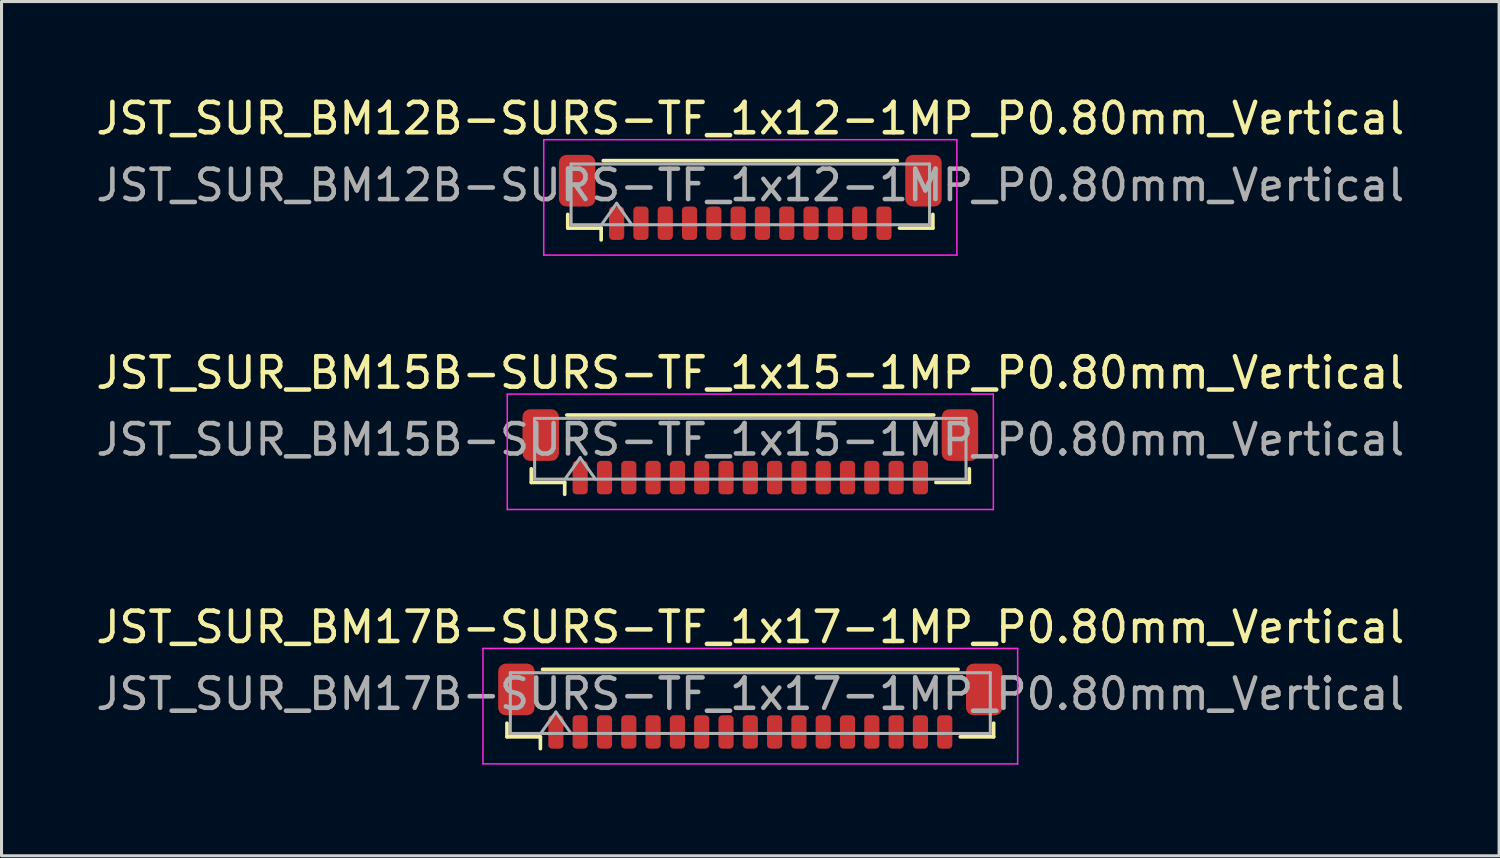
<source format=kicad_pcb>
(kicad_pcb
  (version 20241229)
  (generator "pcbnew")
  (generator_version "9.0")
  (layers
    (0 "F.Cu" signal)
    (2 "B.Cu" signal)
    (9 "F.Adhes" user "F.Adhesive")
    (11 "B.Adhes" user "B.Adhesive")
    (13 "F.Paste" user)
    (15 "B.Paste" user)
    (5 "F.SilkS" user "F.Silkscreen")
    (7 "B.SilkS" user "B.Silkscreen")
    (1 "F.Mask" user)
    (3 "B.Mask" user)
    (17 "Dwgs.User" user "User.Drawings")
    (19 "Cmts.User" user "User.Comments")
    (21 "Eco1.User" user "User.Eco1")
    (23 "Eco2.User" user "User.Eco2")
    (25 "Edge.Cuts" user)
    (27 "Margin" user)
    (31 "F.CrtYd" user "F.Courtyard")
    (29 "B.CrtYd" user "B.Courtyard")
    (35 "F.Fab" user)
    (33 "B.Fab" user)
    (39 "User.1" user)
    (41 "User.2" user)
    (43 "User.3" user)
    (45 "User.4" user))
  (footprint "JST_SUR_BM17B-SURS-TF_1x17-1MP_P0.80mm_Vertical"
    (layer "F.Cu")
    (at 21.649 20.195)
    (property "Reference" "JST_SUR_BM17B-SURS-TF_1x17-1MP_P0.80mm_Vertical" (at 0 -2.6 0) (layer "F.SilkS") (effects (font (size 1 1) (thickness 0.15))))
    (attr smd)
    (fp_line (start -8.01 0.56) (end -8.01 1.01) (stroke (width 0.12) (type solid)) (layer "F.SilkS"))
    (fp_line (start -8.01 1.01) (end -6.91 1.01) (stroke (width 0.12) (type solid)) (layer "F.SilkS"))
    (fp_line (start -6.91 1.01) (end -6.91 1.4) (stroke (width 0.12) (type solid)) (layer "F.SilkS"))
    (fp_line (start -6.84 -1.21) (end 6.84 -1.21) (stroke (width 0.12) (type solid)) (layer "F.SilkS"))
    (fp_line (start 8.01 0.56) (end 8.01 1.01) (stroke (width 0.12) (type solid)) (layer "F.SilkS"))
    (fp_line (start 8.01 1.01) (end 6.91 1.01) (stroke (width 0.12) (type solid)) (layer "F.SilkS"))
    (fp_line (start -8.8 -1.9) (end -8.8 1.9) (stroke (width 0.05) (type solid)) (layer "F.CrtYd"))
    (fp_line (start -8.8 1.9) (end 8.8 1.9) (stroke (width 0.05) (type solid)) (layer "F.CrtYd"))
    (fp_line (start 8.8 -1.9) (end -8.8 -1.9) (stroke (width 0.05) (type solid)) (layer "F.CrtYd"))
    (fp_line (start 8.8 1.9) (end 8.8 -1.9) (stroke (width 0.05) (type solid)) (layer "F.CrtYd"))
    (fp_line (start -7.9 -1.1) (end 7.9 -1.1) (stroke (width 0.1) (type solid)) (layer "F.Fab"))
    (fp_line (start -7.9 0.9) (end -7.9 -1.1) (stroke (width 0.1) (type solid)) (layer "F.Fab"))
    (fp_line (start -7.9 0.9) (end 7.9 0.9) (stroke (width 0.1) (type solid)) (layer "F.Fab"))
    (fp_line (start -6.9 0.9) (end -6.4 0.193) (stroke (width 0.1) (type solid)) (layer "F.Fab"))
    (fp_line (start -6.4 0.193) (end -5.9 0.9) (stroke (width 0.1) (type solid)) (layer "F.Fab"))
    (fp_line (start 7.9 0.9) (end 7.9 -1.1) (stroke (width 0.1) (type solid)) (layer "F.Fab"))
    (fp_text user "${REFERENCE}" (at 0 -0.4 0) (layer "F.Fab") (effects (font (size 1 1) (thickness 0.15))))
    (pad "1" smd roundrect (at -6.4 0.85) (size 0.5 1.1) (layers "F.Cu" "F.Mask" "F.Paste") (roundrect_rratio 0.25))
    (pad "2" smd roundrect (at -5.6 0.85) (size 0.5 1.1) (layers "F.Cu" "F.Mask" "F.Paste") (roundrect_rratio 0.25))
    (pad "3" smd roundrect (at -4.8 0.85) (size 0.5 1.1) (layers "F.Cu" "F.Mask" "F.Paste") (roundrect_rratio 0.25))
    (pad "4" smd roundrect (at -4 0.85) (size 0.5 1.1) (layers "F.Cu" "F.Mask" "F.Paste") (roundrect_rratio 0.25))
    (pad "5" smd roundrect (at -3.2 0.85) (size 0.5 1.1) (layers "F.Cu" "F.Mask" "F.Paste") (roundrect_rratio 0.25))
    (pad "6" smd roundrect (at -2.4 0.85) (size 0.5 1.1) (layers "F.Cu" "F.Mask" "F.Paste") (roundrect_rratio 0.25))
    (pad "7" smd roundrect (at -1.6 0.85) (size 0.5 1.1) (layers "F.Cu" "F.Mask" "F.Paste") (roundrect_rratio 0.25))
    (pad "8" smd roundrect (at -0.8 0.85) (size 0.5 1.1) (layers "F.Cu" "F.Mask" "F.Paste") (roundrect_rratio 0.25))
    (pad "9" smd roundrect (at 0 0.85) (size 0.5 1.1) (layers "F.Cu" "F.Mask" "F.Paste") (roundrect_rratio 0.25))
    (pad "10" smd roundrect (at 0.8 0.85) (size 0.5 1.1) (layers "F.Cu" "F.Mask" "F.Paste") (roundrect_rratio 0.25))
    (pad "11" smd roundrect (at 1.6 0.85) (size 0.5 1.1) (layers "F.Cu" "F.Mask" "F.Paste") (roundrect_rratio 0.25))
    (pad "12" smd roundrect (at 2.4 0.85) (size 0.5 1.1) (layers "F.Cu" "F.Mask" "F.Paste") (roundrect_rratio 0.25))
    (pad "13" smd roundrect (at 3.2 0.85) (size 0.5 1.1) (layers "F.Cu" "F.Mask" "F.Paste") (roundrect_rratio 0.25))
    (pad "14" smd roundrect (at 4 0.85) (size 0.5 1.1) (layers "F.Cu" "F.Mask" "F.Paste") (roundrect_rratio 0.25))
    (pad "15" smd roundrect (at 4.8 0.85) (size 0.5 1.1) (layers "F.Cu" "F.Mask" "F.Paste") (roundrect_rratio 0.25))
    (pad "16" smd roundrect (at 5.6 0.85) (size 0.5 1.1) (layers "F.Cu" "F.Mask" "F.Paste") (roundrect_rratio 0.25))
    (pad "17" smd roundrect (at 6.4 0.85) (size 0.5 1.1) (layers "F.Cu" "F.Mask" "F.Paste") (roundrect_rratio 0.25))
    (pad "MP" smd roundrect (at -7.7 -0.55) (size 1.2 1.7) (layers "F.Cu" "F.Mask" "F.Paste") (roundrect_rratio 0.208))
    (pad "MP" smd roundrect (at 7.7 -0.55) (size 1.2 1.7) (layers "F.Cu" "F.Mask" "F.Paste") (roundrect_rratio 0.208)))
  (footprint "JST_SUR_BM15B-SURS-TF_1x15-1MP_P0.80mm_Vertical"
    (layer "F.Cu")
    (at 21.649 11.822)
    (property "Reference" "JST_SUR_BM15B-SURS-TF_1x15-1MP_P0.80mm_Vertical" (at 0 -2.6 0) (layer "F.SilkS") (effects (font (size 1 1) (thickness 0.15))))
    (attr smd)
    (fp_line (start -7.21 0.56) (end -7.21 1.01) (stroke (width 0.12) (type solid)) (layer "F.SilkS"))
    (fp_line (start -7.21 1.01) (end -6.11 1.01) (stroke (width 0.12) (type solid)) (layer "F.SilkS"))
    (fp_line (start -6.11 1.01) (end -6.11 1.4) (stroke (width 0.12) (type solid)) (layer "F.SilkS"))
    (fp_line (start -6.04 -1.21) (end 6.04 -1.21) (stroke (width 0.12) (type solid)) (layer "F.SilkS"))
    (fp_line (start 7.21 0.56) (end 7.21 1.01) (stroke (width 0.12) (type solid)) (layer "F.SilkS"))
    (fp_line (start 7.21 1.01) (end 6.11 1.01) (stroke (width 0.12) (type solid)) (layer "F.SilkS"))
    (fp_line (start -8 -1.9) (end -8 1.9) (stroke (width 0.05) (type solid)) (layer "F.CrtYd"))
    (fp_line (start -8 1.9) (end 8 1.9) (stroke (width 0.05) (type solid)) (layer "F.CrtYd"))
    (fp_line (start 8 -1.9) (end -8 -1.9) (stroke (width 0.05) (type solid)) (layer "F.CrtYd"))
    (fp_line (start 8 1.9) (end 8 -1.9) (stroke (width 0.05) (type solid)) (layer "F.CrtYd"))
    (fp_line (start -7.1 -1.1) (end 7.1 -1.1) (stroke (width 0.1) (type solid)) (layer "F.Fab"))
    (fp_line (start -7.1 0.9) (end -7.1 -1.1) (stroke (width 0.1) (type solid)) (layer "F.Fab"))
    (fp_line (start -7.1 0.9) (end 7.1 0.9) (stroke (width 0.1) (type solid)) (layer "F.Fab"))
    (fp_line (start -6.1 0.9) (end -5.6 0.193) (stroke (width 0.1) (type solid)) (layer "F.Fab"))
    (fp_line (start -5.6 0.193) (end -5.1 0.9) (stroke (width 0.1) (type solid)) (layer "F.Fab"))
    (fp_line (start 7.1 0.9) (end 7.1 -1.1) (stroke (width 0.1) (type solid)) (layer "F.Fab"))
    (fp_text user "${REFERENCE}" (at 0 -0.4 0) (layer "F.Fab") (effects (font (size 1 1) (thickness 0.15))))
    (pad "1" smd roundrect (at -5.6 0.85) (size 0.5 1.1) (layers "F.Cu" "F.Mask" "F.Paste") (roundrect_rratio 0.25))
    (pad "2" smd roundrect (at -4.8 0.85) (size 0.5 1.1) (layers "F.Cu" "F.Mask" "F.Paste") (roundrect_rratio 0.25))
    (pad "3" smd roundrect (at -4 0.85) (size 0.5 1.1) (layers "F.Cu" "F.Mask" "F.Paste") (roundrect_rratio 0.25))
    (pad "4" smd roundrect (at -3.2 0.85) (size 0.5 1.1) (layers "F.Cu" "F.Mask" "F.Paste") (roundrect_rratio 0.25))
    (pad "5" smd roundrect (at -2.4 0.85) (size 0.5 1.1) (layers "F.Cu" "F.Mask" "F.Paste") (roundrect_rratio 0.25))
    (pad "6" smd roundrect (at -1.6 0.85) (size 0.5 1.1) (layers "F.Cu" "F.Mask" "F.Paste") (roundrect_rratio 0.25))
    (pad "7" smd roundrect (at -0.8 0.85) (size 0.5 1.1) (layers "F.Cu" "F.Mask" "F.Paste") (roundrect_rratio 0.25))
    (pad "8" smd roundrect (at 0 0.85) (size 0.5 1.1) (layers "F.Cu" "F.Mask" "F.Paste") (roundrect_rratio 0.25))
    (pad "9" smd roundrect (at 0.8 0.85) (size 0.5 1.1) (layers "F.Cu" "F.Mask" "F.Paste") (roundrect_rratio 0.25))
    (pad "10" smd roundrect (at 1.6 0.85) (size 0.5 1.1) (layers "F.Cu" "F.Mask" "F.Paste") (roundrect_rratio 0.25))
    (pad "11" smd roundrect (at 2.4 0.85) (size 0.5 1.1) (layers "F.Cu" "F.Mask" "F.Paste") (roundrect_rratio 0.25))
    (pad "12" smd roundrect (at 3.2 0.85) (size 0.5 1.1) (layers "F.Cu" "F.Mask" "F.Paste") (roundrect_rratio 0.25))
    (pad "13" smd roundrect (at 4 0.85) (size 0.5 1.1) (layers "F.Cu" "F.Mask" "F.Paste") (roundrect_rratio 0.25))
    (pad "14" smd roundrect (at 4.8 0.85) (size 0.5 1.1) (layers "F.Cu" "F.Mask" "F.Paste") (roundrect_rratio 0.25))
    (pad "15" smd roundrect (at 5.6 0.85) (size 0.5 1.1) (layers "F.Cu" "F.Mask" "F.Paste") (roundrect_rratio 0.25))
    (pad "MP" smd roundrect (at -6.9 -0.55) (size 1.2 1.7) (layers "F.Cu" "F.Mask" "F.Paste") (roundrect_rratio 0.208))
    (pad "MP" smd roundrect (at 6.9 -0.55) (size 1.2 1.7) (layers "F.Cu" "F.Mask" "F.Paste") (roundrect_rratio 0.208)))
  (footprint "JST_SUR_BM12B-SURS-TF_1x12-1MP_P0.80mm_Vertical"
    (layer "F.Cu")
    (at 21.649 3.448)
    (property "Reference" "JST_SUR_BM12B-SURS-TF_1x12-1MP_P0.80mm_Vertical" (at 0 -2.6 0) (layer "F.SilkS") (effects (font (size 1 1) (thickness 0.15))))
    (attr smd)
    (fp_line (start -6.01 0.56) (end -6.01 1.01) (stroke (width 0.12) (type solid)) (layer "F.SilkS"))
    (fp_line (start -6.01 1.01) (end -4.91 1.01) (stroke (width 0.12) (type solid)) (layer "F.SilkS"))
    (fp_line (start -4.91 1.01) (end -4.91 1.4) (stroke (width 0.12) (type solid)) (layer "F.SilkS"))
    (fp_line (start -4.84 -1.21) (end 4.84 -1.21) (stroke (width 0.12) (type solid)) (layer "F.SilkS"))
    (fp_line (start 6.01 0.56) (end 6.01 1.01) (stroke (width 0.12) (type solid)) (layer "F.SilkS"))
    (fp_line (start 6.01 1.01) (end 4.91 1.01) (stroke (width 0.12) (type solid)) (layer "F.SilkS"))
    (fp_line (start -6.8 -1.9) (end -6.8 1.9) (stroke (width 0.05) (type solid)) (layer "F.CrtYd"))
    (fp_line (start -6.8 1.9) (end 6.8 1.9) (stroke (width 0.05) (type solid)) (layer "F.CrtYd"))
    (fp_line (start 6.8 -1.9) (end -6.8 -1.9) (stroke (width 0.05) (type solid)) (layer "F.CrtYd"))
    (fp_line (start 6.8 1.9) (end 6.8 -1.9) (stroke (width 0.05) (type solid)) (layer "F.CrtYd"))
    (fp_line (start -5.9 -1.1) (end 5.9 -1.1) (stroke (width 0.1) (type solid)) (layer "F.Fab"))
    (fp_line (start -5.9 0.9) (end -5.9 -1.1) (stroke (width 0.1) (type solid)) (layer "F.Fab"))
    (fp_line (start -5.9 0.9) (end 5.9 0.9) (stroke (width 0.1) (type solid)) (layer "F.Fab"))
    (fp_line (start -4.9 0.9) (end -4.4 0.193) (stroke (width 0.1) (type solid)) (layer "F.Fab"))
    (fp_line (start -4.4 0.193) (end -3.9 0.9) (stroke (width 0.1) (type solid)) (layer "F.Fab"))
    (fp_line (start 5.9 0.9) (end 5.9 -1.1) (stroke (width 0.1) (type solid)) (layer "F.Fab"))
    (fp_text user "${REFERENCE}" (at 0 -0.4 0) (layer "F.Fab") (effects (font (size 1 1) (thickness 0.15))))
    (pad "1" smd roundrect (at -4.4 0.85) (size 0.5 1.1) (layers "F.Cu" "F.Mask" "F.Paste") (roundrect_rratio 0.25))
    (pad "2" smd roundrect (at -3.6 0.85) (size 0.5 1.1) (layers "F.Cu" "F.Mask" "F.Paste") (roundrect_rratio 0.25))
    (pad "3" smd roundrect (at -2.8 0.85) (size 0.5 1.1) (layers "F.Cu" "F.Mask" "F.Paste") (roundrect_rratio 0.25))
    (pad "4" smd roundrect (at -2 0.85) (size 0.5 1.1) (layers "F.Cu" "F.Mask" "F.Paste") (roundrect_rratio 0.25))
    (pad "5" smd roundrect (at -1.2 0.85) (size 0.5 1.1) (layers "F.Cu" "F.Mask" "F.Paste") (roundrect_rratio 0.25))
    (pad "6" smd roundrect (at -0.4 0.85) (size 0.5 1.1) (layers "F.Cu" "F.Mask" "F.Paste") (roundrect_rratio 0.25))
    (pad "7" smd roundrect (at 0.4 0.85) (size 0.5 1.1) (layers "F.Cu" "F.Mask" "F.Paste") (roundrect_rratio 0.25))
    (pad "8" smd roundrect (at 1.2 0.85) (size 0.5 1.1) (layers "F.Cu" "F.Mask" "F.Paste") (roundrect_rratio 0.25))
    (pad "9" smd roundrect (at 2 0.85) (size 0.5 1.1) (layers "F.Cu" "F.Mask" "F.Paste") (roundrect_rratio 0.25))
    (pad "10" smd roundrect (at 2.8 0.85) (size 0.5 1.1) (layers "F.Cu" "F.Mask" "F.Paste") (roundrect_rratio 0.25))
    (pad "11" smd roundrect (at 3.6 0.85) (size 0.5 1.1) (layers "F.Cu" "F.Mask" "F.Paste") (roundrect_rratio 0.25))
    (pad "12" smd roundrect (at 4.4 0.85) (size 0.5 1.1) (layers "F.Cu" "F.Mask" "F.Paste") (roundrect_rratio 0.25))
    (pad "MP" smd roundrect (at -5.7 -0.55) (size 1.2 1.7) (layers "F.Cu" "F.Mask" "F.Paste") (roundrect_rratio 0.208))
    (pad "MP" smd roundrect (at 5.7 -0.55) (size 1.2 1.7) (layers "F.Cu" "F.Mask" "F.Paste") (roundrect_rratio 0.208)))
  (gr_rect
    (start -3 -3)
    (end 46.298 25.12)
    (stroke (width 0.1) (type default))
    (fill no)
    (layer "Edge.Cuts")))
</source>
